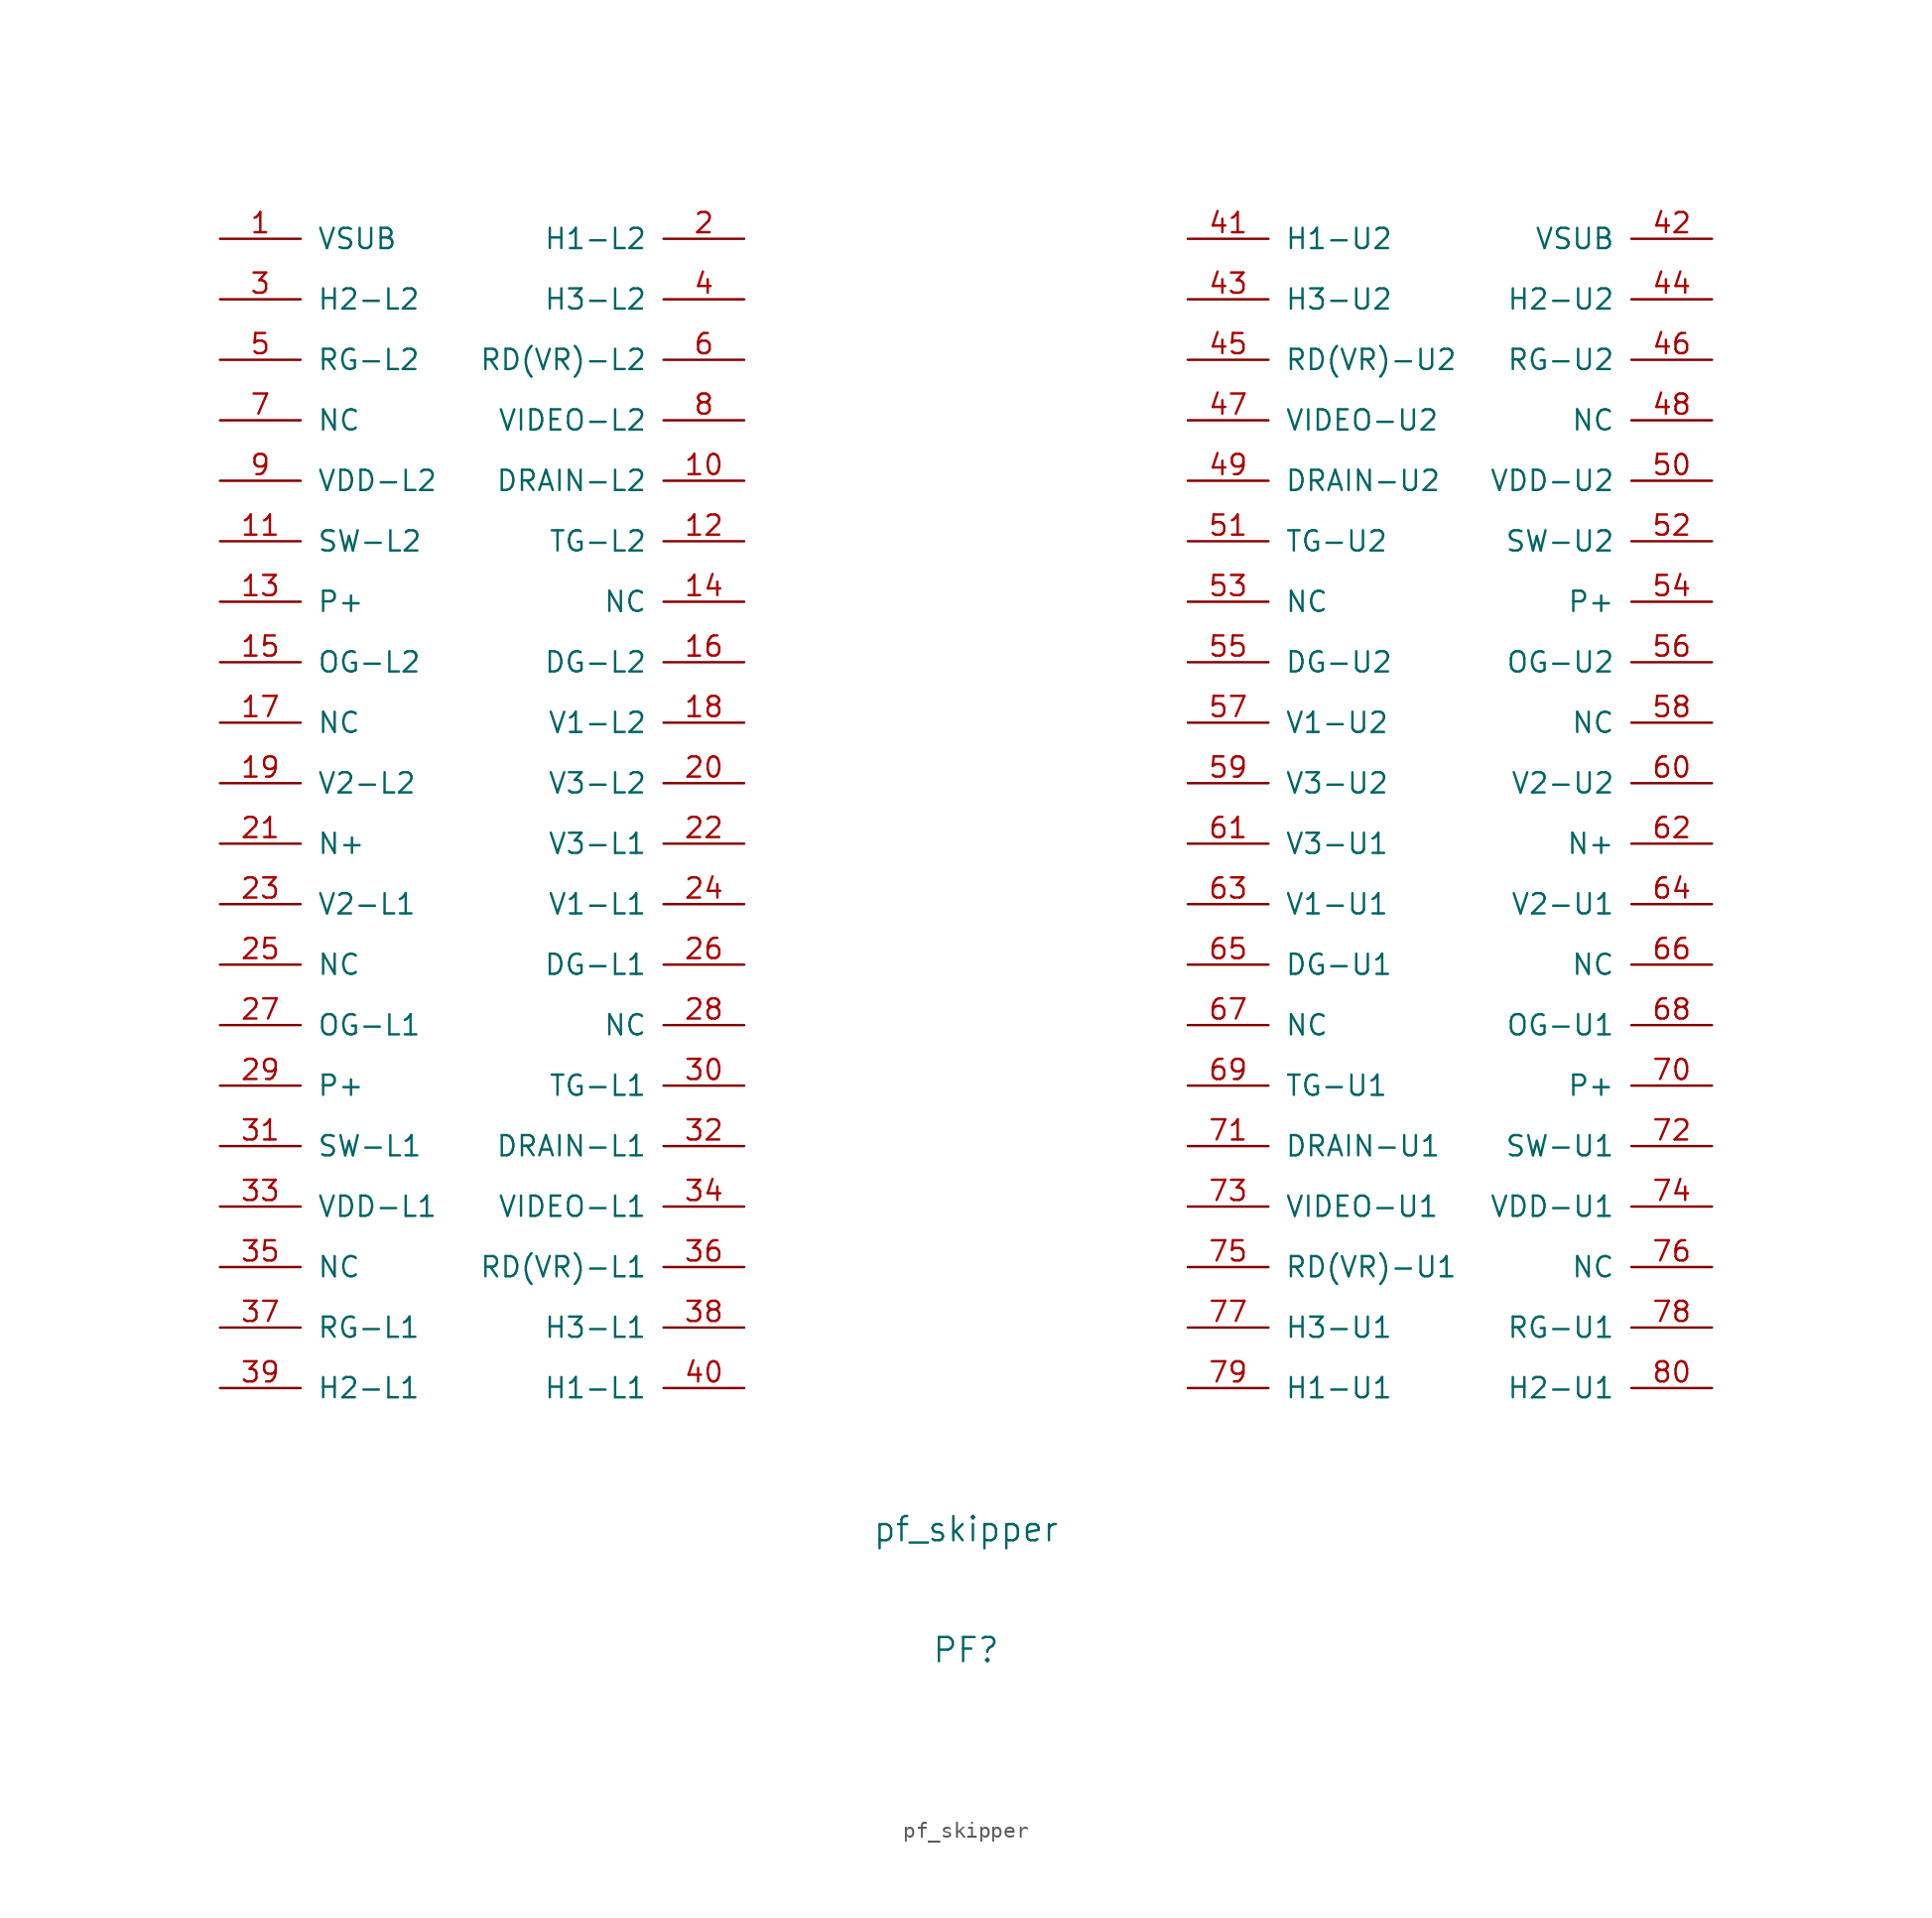
<source format=kicad_sym>
(kicad_symbol_lib
  (version 20220914)
  (generator kicad_symbol_editor)
  (symbol "pf_skipper"
    (pin_names
      (offset 1.016))
    (property "Reference" "PF"
      (at 0 -50.8 0)
      (effects (font (size 1.524 1.524))))
    (property "Value" "pf_skipper"
      (at 0 -43.18 0)
      (effects (font (size 1.524 1.524))))
    (symbol "pf_skipper_1_1"
      (pin input line (at -46.99 38.1 0) (length 5.08) (name "VSUB" (effects (font (size 1.27 1.27)))) (number "1" (effects (font (size 1.27 1.27)))))
      (pin input line (at -13.97 22.86 180) (length 5.08) (name "DRAIN-L2" (effects (font (size 1.27 1.27)))) (number "10" (effects (font (size 1.27 1.27)))))
      (pin input line (at -46.99 19.05 0) (length 5.08) (name "SW-L2" (effects (font (size 1.27 1.27)))) (number "11" (effects (font (size 1.27 1.27)))))
      (pin input line (at -13.97 19.05 180) (length 5.08) (name "TG-L2" (effects (font (size 1.27 1.27)))) (number "12" (effects (font (size 1.27 1.27)))))
      (pin input line (at -46.99 15.24 0) (length 5.08) (name "P+" (effects (font (size 1.27 1.27)))) (number "13" (effects (font (size 1.27 1.27)))))
      (pin input line (at -13.97 15.24 180) (length 5.08) (name "NC" (effects (font (size 1.27 1.27)))) (number "14" (effects (font (size 1.27 1.27)))))
      (pin input line (at -46.99 11.43 0) (length 5.08) (name "OG-L2" (effects (font (size 1.27 1.27)))) (number "15" (effects (font (size 1.27 1.27)))))
      (pin input line (at -13.97 11.43 180) (length 5.08) (name "DG-L2" (effects (font (size 1.27 1.27)))) (number "16" (effects (font (size 1.27 1.27)))))
      (pin input line (at -46.99 7.62 0) (length 5.08) (name "NC" (effects (font (size 1.27 1.27)))) (number "17" (effects (font (size 1.27 1.27)))))
      (pin input line (at -13.97 7.62 180) (length 5.08) (name "V1-L2" (effects (font (size 1.27 1.27)))) (number "18" (effects (font (size 1.27 1.27)))))
      (pin input line (at -46.99 3.81 0) (length 5.08) (name "V2-L2" (effects (font (size 1.27 1.27)))) (number "19" (effects (font (size 1.27 1.27)))))
      (pin input line (at -13.97 38.1 180) (length 5.08) (name "H1-L2" (effects (font (size 1.27 1.27)))) (number "2" (effects (font (size 1.27 1.27)))))
      (pin input line (at -13.97 3.81 180) (length 5.08) (name "V3-L2" (effects (font (size 1.27 1.27)))) (number "20" (effects (font (size 1.27 1.27)))))
      (pin input line (at -46.99 0 0) (length 5.08) (name "N+" (effects (font (size 1.27 1.27)))) (number "21" (effects (font (size 1.27 1.27)))))
      (pin input line (at -13.97 0 180) (length 5.08) (name "V3-L1" (effects (font (size 1.27 1.27)))) (number "22" (effects (font (size 1.27 1.27)))))
      (pin input line (at -46.99 -3.81 0) (length 5.08) (name "V2-L1" (effects (font (size 1.27 1.27)))) (number "23" (effects (font (size 1.27 1.27)))))
      (pin input line (at -13.97 -3.81 180) (length 5.08) (name "V1-L1" (effects (font (size 1.27 1.27)))) (number "24" (effects (font (size 1.27 1.27)))))
      (pin input line (at -46.99 -7.62 0) (length 5.08) (name "NC" (effects (font (size 1.27 1.27)))) (number "25" (effects (font (size 1.27 1.27)))))
      (pin input line (at -13.97 -7.62 180) (length 5.08) (name "DG-L1" (effects (font (size 1.27 1.27)))) (number "26" (effects (font (size 1.27 1.27)))))
      (pin input line (at -46.99 -11.43 0) (length 5.08) (name "OG-L1" (effects (font (size 1.27 1.27)))) (number "27" (effects (font (size 1.27 1.27)))))
      (pin input line (at -13.97 -11.43 180) (length 5.08) (name "NC" (effects (font (size 1.27 1.27)))) (number "28" (effects (font (size 1.27 1.27)))))
      (pin input line (at -46.99 -15.24 0) (length 5.08) (name "P+" (effects (font (size 1.27 1.27)))) (number "29" (effects (font (size 1.27 1.27)))))
      (pin input line (at -46.99 34.29 0) (length 5.08) (name "H2-L2" (effects (font (size 1.27 1.27)))) (number "3" (effects (font (size 1.27 1.27)))))
      (pin input line (at -13.97 -15.24 180) (length 5.08) (name "TG-L1" (effects (font (size 1.27 1.27)))) (number "30" (effects (font (size 1.27 1.27)))))
      (pin input line (at -46.99 -19.05 0) (length 5.08) (name "SW-L1" (effects (font (size 1.27 1.27)))) (number "31" (effects (font (size 1.27 1.27)))))
      (pin input line (at -13.97 -19.05 180) (length 5.08) (name "DRAIN-L1" (effects (font (size 1.27 1.27)))) (number "32" (effects (font (size 1.27 1.27)))))
      (pin input line (at -46.99 -22.86 0) (length 5.08) (name "VDD-L1" (effects (font (size 1.27 1.27)))) (number "33" (effects (font (size 1.27 1.27)))))
      (pin input line (at -13.97 -22.86 180) (length 5.08) (name "VIDEO-L1" (effects (font (size 1.27 1.27)))) (number "34" (effects (font (size 1.27 1.27)))))
      (pin input line (at -46.99 -26.67 0) (length 5.08) (name "NC" (effects (font (size 1.27 1.27)))) (number "35" (effects (font (size 1.27 1.27)))))
      (pin input line (at -13.97 -26.67 180) (length 5.08) (name "RD(VR)-L1" (effects (font (size 1.27 1.27)))) (number "36" (effects (font (size 1.27 1.27)))))
      (pin input line (at -46.99 -30.48 0) (length 5.08) (name "RG-L1" (effects (font (size 1.27 1.27)))) (number "37" (effects (font (size 1.27 1.27)))))
      (pin input line (at -13.97 -30.48 180) (length 5.08) (name "H3-L1" (effects (font (size 1.27 1.27)))) (number "38" (effects (font (size 1.27 1.27)))))
      (pin input line (at -46.99 -34.29 0) (length 5.08) (name "H2-L1" (effects (font (size 1.27 1.27)))) (number "39" (effects (font (size 1.27 1.27)))))
      (pin input line (at -13.97 34.29 180) (length 5.08) (name "H3-L2" (effects (font (size 1.27 1.27)))) (number "4" (effects (font (size 1.27 1.27)))))
      (pin input line (at -13.97 -34.29 180) (length 5.08) (name "H1-L1" (effects (font (size 1.27 1.27)))) (number "40" (effects (font (size 1.27 1.27)))))
      (pin input line (at 13.97 38.1 0) (length 5.08) (name "H1-U2" (effects (font (size 1.27 1.27)))) (number "41" (effects (font (size 1.27 1.27)))))
      (pin input line (at 46.99 38.1 180) (length 5.08) (name "VSUB" (effects (font (size 1.27 1.27)))) (number "42" (effects (font (size 1.27 1.27)))))
      (pin input line (at 13.97 34.29 0) (length 5.08) (name "H3-U2" (effects (font (size 1.27 1.27)))) (number "43" (effects (font (size 1.27 1.27)))))
      (pin input line (at 46.99 34.29 180) (length 5.08) (name "H2-U2" (effects (font (size 1.27 1.27)))) (number "44" (effects (font (size 1.27 1.27)))))
      (pin input line (at 13.97 30.48 0) (length 5.08) (name "RD(VR)-U2" (effects (font (size 1.27 1.27)))) (number "45" (effects (font (size 1.27 1.27)))))
      (pin input line (at 46.99 30.48 180) (length 5.08) (name "RG-U2" (effects (font (size 1.27 1.27)))) (number "46" (effects (font (size 1.27 1.27)))))
      (pin input line (at 13.97 26.67 0) (length 5.08) (name "VIDEO-U2" (effects (font (size 1.27 1.27)))) (number "47" (effects (font (size 1.27 1.27)))))
      (pin input line (at 46.99 26.67 180) (length 5.08) (name "NC" (effects (font (size 1.27 1.27)))) (number "48" (effects (font (size 1.27 1.27)))))
      (pin input line (at 13.97 22.86 0) (length 5.08) (name "DRAIN-U2" (effects (font (size 1.27 1.27)))) (number "49" (effects (font (size 1.27 1.27)))))
      (pin input line (at -46.99 30.48 0) (length 5.08) (name "RG-L2" (effects (font (size 1.27 1.27)))) (number "5" (effects (font (size 1.27 1.27)))))
      (pin input line (at 46.99 22.86 180) (length 5.08) (name "VDD-U2" (effects (font (size 1.27 1.27)))) (number "50" (effects (font (size 1.27 1.27)))))
      (pin input line (at 13.97 19.05 0) (length 5.08) (name "TG-U2" (effects (font (size 1.27 1.27)))) (number "51" (effects (font (size 1.27 1.27)))))
      (pin input line (at 46.99 19.05 180) (length 5.08) (name "SW-U2" (effects (font (size 1.27 1.27)))) (number "52" (effects (font (size 1.27 1.27)))))
      (pin input line (at 13.97 15.24 0) (length 5.08) (name "NC" (effects (font (size 1.27 1.27)))) (number "53" (effects (font (size 1.27 1.27)))))
      (pin input line (at 46.99 15.24 180) (length 5.08) (name "P+" (effects (font (size 1.27 1.27)))) (number "54" (effects (font (size 1.27 1.27)))))
      (pin input line (at 13.97 11.43 0) (length 5.08) (name "DG-U2" (effects (font (size 1.27 1.27)))) (number "55" (effects (font (size 1.27 1.27)))))
      (pin input line (at 46.99 11.43 180) (length 5.08) (name "OG-U2" (effects (font (size 1.27 1.27)))) (number "56" (effects (font (size 1.27 1.27)))))
      (pin input line (at 13.97 7.62 0) (length 5.08) (name "V1-U2" (effects (font (size 1.27 1.27)))) (number "57" (effects (font (size 1.27 1.27)))))
      (pin input line (at 46.99 7.62 180) (length 5.08) (name "NC" (effects (font (size 1.27 1.27)))) (number "58" (effects (font (size 1.27 1.27)))))
      (pin input line (at 13.97 3.81 0) (length 5.08) (name "V3-U2" (effects (font (size 1.27 1.27)))) (number "59" (effects (font (size 1.27 1.27)))))
      (pin input line (at -13.97 30.48 180) (length 5.08) (name "RD(VR)-L2" (effects (font (size 1.27 1.27)))) (number "6" (effects (font (size 1.27 1.27)))))
      (pin input line (at 46.99 3.81 180) (length 5.08) (name "V2-U2" (effects (font (size 1.27 1.27)))) (number "60" (effects (font (size 1.27 1.27)))))
      (pin input line (at 13.97 0 0) (length 5.08) (name "V3-U1" (effects (font (size 1.27 1.27)))) (number "61" (effects (font (size 1.27 1.27)))))
      (pin input line (at 46.99 0 180) (length 5.08) (name "N+" (effects (font (size 1.27 1.27)))) (number "62" (effects (font (size 1.27 1.27)))))
      (pin input line (at 13.97 -3.81 0) (length 5.08) (name "V1-U1" (effects (font (size 1.27 1.27)))) (number "63" (effects (font (size 1.27 1.27)))))
      (pin input line (at 46.99 -3.81 180) (length 5.08) (name "V2-U1" (effects (font (size 1.27 1.27)))) (number "64" (effects (font (size 1.27 1.27)))))
      (pin input line (at 13.97 -7.62 0) (length 5.08) (name "DG-U1" (effects (font (size 1.27 1.27)))) (number "65" (effects (font (size 1.27 1.27)))))
      (pin input line (at 46.99 -7.62 180) (length 5.08) (name "NC" (effects (font (size 1.27 1.27)))) (number "66" (effects (font (size 1.27 1.27)))))
      (pin input line (at 13.97 -11.43 0) (length 5.08) (name "NC" (effects (font (size 1.27 1.27)))) (number "67" (effects (font (size 1.27 1.27)))))
      (pin input line (at 46.99 -11.43 180) (length 5.08) (name "OG-U1" (effects (font (size 1.27 1.27)))) (number "68" (effects (font (size 1.27 1.27)))))
      (pin input line (at 13.97 -15.24 0) (length 5.08) (name "TG-U1" (effects (font (size 1.27 1.27)))) (number "69" (effects (font (size 1.27 1.27)))))
      (pin input line (at -46.99 26.67 0) (length 5.08) (name "NC" (effects (font (size 1.27 1.27)))) (number "7" (effects (font (size 1.27 1.27)))))
      (pin input line (at 46.99 -15.24 180) (length 5.08) (name "P+" (effects (font (size 1.27 1.27)))) (number "70" (effects (font (size 1.27 1.27)))))
      (pin input line (at 13.97 -19.05 0) (length 5.08) (name "DRAIN-U1" (effects (font (size 1.27 1.27)))) (number "71" (effects (font (size 1.27 1.27)))))
      (pin input line (at 46.99 -19.05 180) (length 5.08) (name "SW-U1" (effects (font (size 1.27 1.27)))) (number "72" (effects (font (size 1.27 1.27)))))
      (pin input line (at 13.97 -22.86 0) (length 5.08) (name "VIDEO-U1" (effects (font (size 1.27 1.27)))) (number "73" (effects (font (size 1.27 1.27)))))
      (pin input line (at 46.99 -22.86 180) (length 5.08) (name "VDD-U1" (effects (font (size 1.27 1.27)))) (number "74" (effects (font (size 1.27 1.27)))))
      (pin input line (at 13.97 -26.67 0) (length 5.08) (name "RD(VR)-U1" (effects (font (size 1.27 1.27)))) (number "75" (effects (font (size 1.27 1.27)))))
      (pin input line (at 46.99 -26.67 180) (length 5.08) (name "NC" (effects (font (size 1.27 1.27)))) (number "76" (effects (font (size 1.27 1.27)))))
      (pin input line (at 13.97 -30.48 0) (length 5.08) (name "H3-U1" (effects (font (size 1.27 1.27)))) (number "77" (effects (font (size 1.27 1.27)))))
      (pin input line (at 46.99 -30.48 180) (length 5.08) (name "RG-U1" (effects (font (size 1.27 1.27)))) (number "78" (effects (font (size 1.27 1.27)))))
      (pin input line (at 13.97 -34.29 0) (length 5.08) (name "H1-U1" (effects (font (size 1.27 1.27)))) (number "79" (effects (font (size 1.27 1.27)))))
      (pin input line (at -13.97 26.67 180) (length 5.08) (name "VIDEO-L2" (effects (font (size 1.27 1.27)))) (number "8" (effects (font (size 1.27 1.27)))))
      (pin input line (at 46.99 -34.29 180) (length 5.08) (name "H2-U1" (effects (font (size 1.27 1.27)))) (number "80" (effects (font (size 1.27 1.27)))))
      (pin input line (at -46.99 22.86 0) (length 5.08) (name "VDD-L2" (effects (font (size 1.27 1.27)))) (number "9" (effects (font (size 1.27 1.27))))))))
</source>
